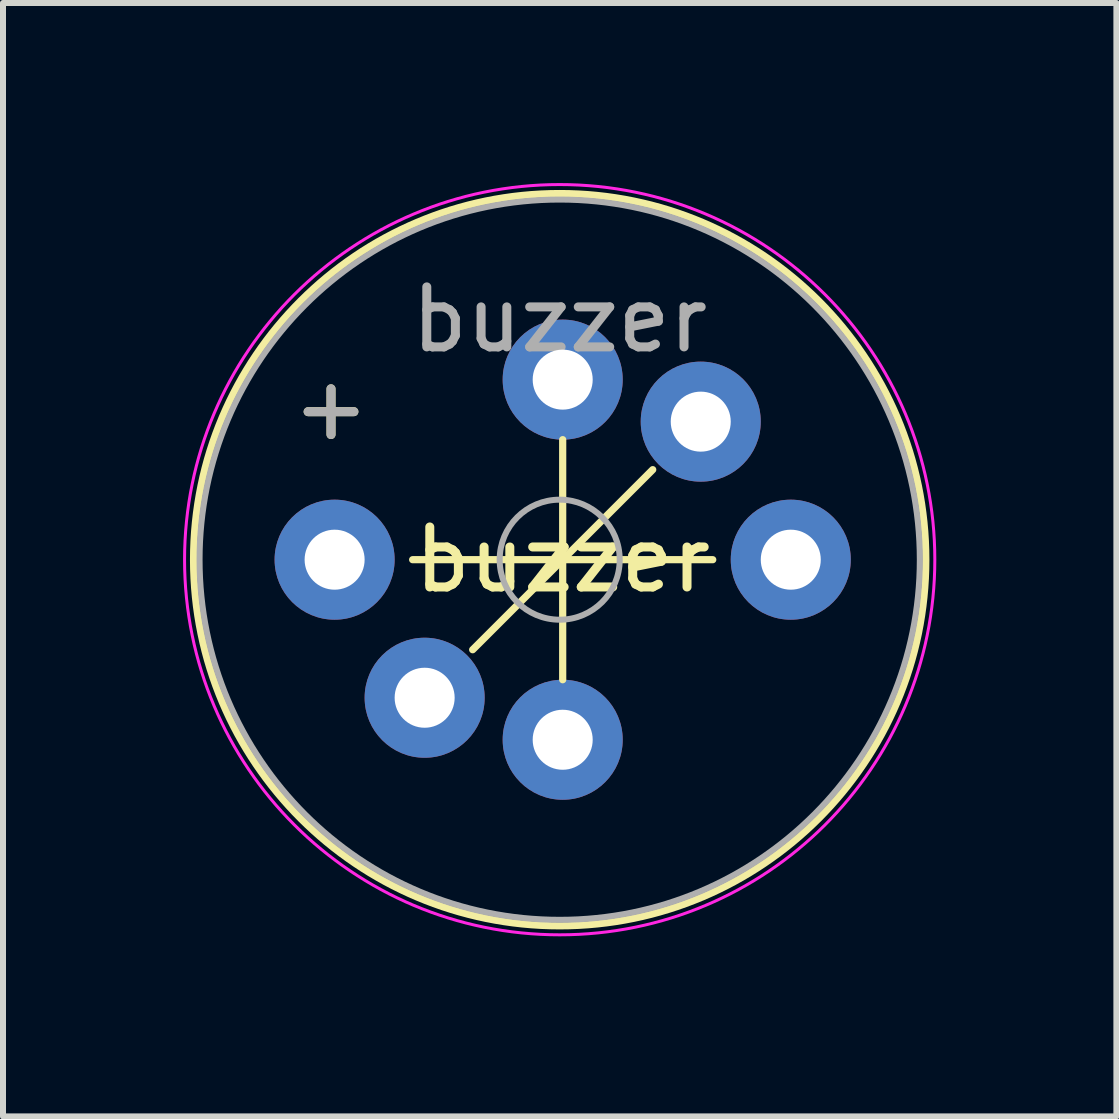
<source format=kicad_pcb>
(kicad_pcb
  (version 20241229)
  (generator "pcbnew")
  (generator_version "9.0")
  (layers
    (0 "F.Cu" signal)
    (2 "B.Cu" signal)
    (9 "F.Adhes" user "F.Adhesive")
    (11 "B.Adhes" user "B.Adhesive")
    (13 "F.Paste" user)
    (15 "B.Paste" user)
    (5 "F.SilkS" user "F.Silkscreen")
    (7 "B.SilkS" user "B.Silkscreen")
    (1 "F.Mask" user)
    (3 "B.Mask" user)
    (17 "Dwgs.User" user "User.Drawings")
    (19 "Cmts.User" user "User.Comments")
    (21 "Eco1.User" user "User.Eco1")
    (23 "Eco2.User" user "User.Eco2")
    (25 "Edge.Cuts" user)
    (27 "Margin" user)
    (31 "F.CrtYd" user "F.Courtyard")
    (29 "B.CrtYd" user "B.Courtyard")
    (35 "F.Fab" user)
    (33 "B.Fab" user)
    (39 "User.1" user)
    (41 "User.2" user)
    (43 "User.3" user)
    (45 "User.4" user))
  (footprint "buzzer"
    (layer "F.Cu")
    (at 6.325 6.275)
    (property "Reference" "buzzer" (at 0 0 0) (unlocked yes) (layer "F.SilkS") (effects (font (size 1 1) (thickness 0.15))))
    (fp_line (start -2.5 0) (end 2.5 0) (stroke (width 0.12) (type solid)) (layer "F.SilkS"))
    (fp_line (start -1.5 1.5) (end 1.5 -1.5) (stroke (width 0.12) (type solid)) (layer "F.SilkS"))
    (fp_line (start 0 -2) (end 0 2) (stroke (width 0.12) (type solid)) (layer "F.SilkS"))
    (fp_circle (center -0.05 0) (end 6.05 0) (stroke (width 0.12) (type solid)) (fill no) (layer "F.SilkS"))
    (fp_circle (center -0.05 0) (end 6.2 0) (stroke (width 0.05) (type solid)) (fill no) (layer "F.CrtYd"))
    (fp_circle (center -0.05 0) (end 0.95 0) (stroke (width 0.1) (type solid)) (fill no) (layer "F.Fab"))
    (fp_circle (center -0.05 0) (end 5.95 0) (stroke (width 0.1) (type solid)) (fill no) (layer "F.Fab"))
    (fp_text user "+" (at -3.86 -2.54 0) (layer "F.SilkS") (effects (font (size 1 1) (thickness 0.15))))
    (fp_text user "${REFERENCE}" (at -0.05 -4 0) (layer "F.Fab") (effects (font (size 1 1) (thickness 0.15))))
    (fp_text user "+" (at -3.86 -2.54 0) (layer "F.Fab") (effects (font (size 1 1) (thickness 0.15))))
    (pad "1" thru_hole circle (at -3.8 0) (size 2 2) (drill 1) (layers "*.Cu" "*.Mask"))
    (pad "1" thru_hole circle (at -2.3 2.3) (size 2 2) (drill 1) (layers "*.Cu" "*.Mask"))
    (pad "1" thru_hole circle (at 0 3 90) (size 2 2) (drill 1) (layers "*.Cu" "*.Mask"))
    (pad "2" thru_hole circle (at 0 -3 90) (size 2 2) (drill 1) (layers "*.Cu" "*.Mask"))
    (pad "2" thru_hole circle (at 2.3 -2.3 90) (size 2 2) (drill 1) (layers "*.Cu" "*.Mask"))
    (pad "2" thru_hole circle (at 3.8 0) (size 2 2) (drill 1) (layers "*.Cu" "*.Mask")))
  (gr_rect
    (start -3 -3)
    (end 15.55 15.55)
    (stroke (width 0.1) (type default))
    (fill no)
    (layer "Edge.Cuts")))
</source>
